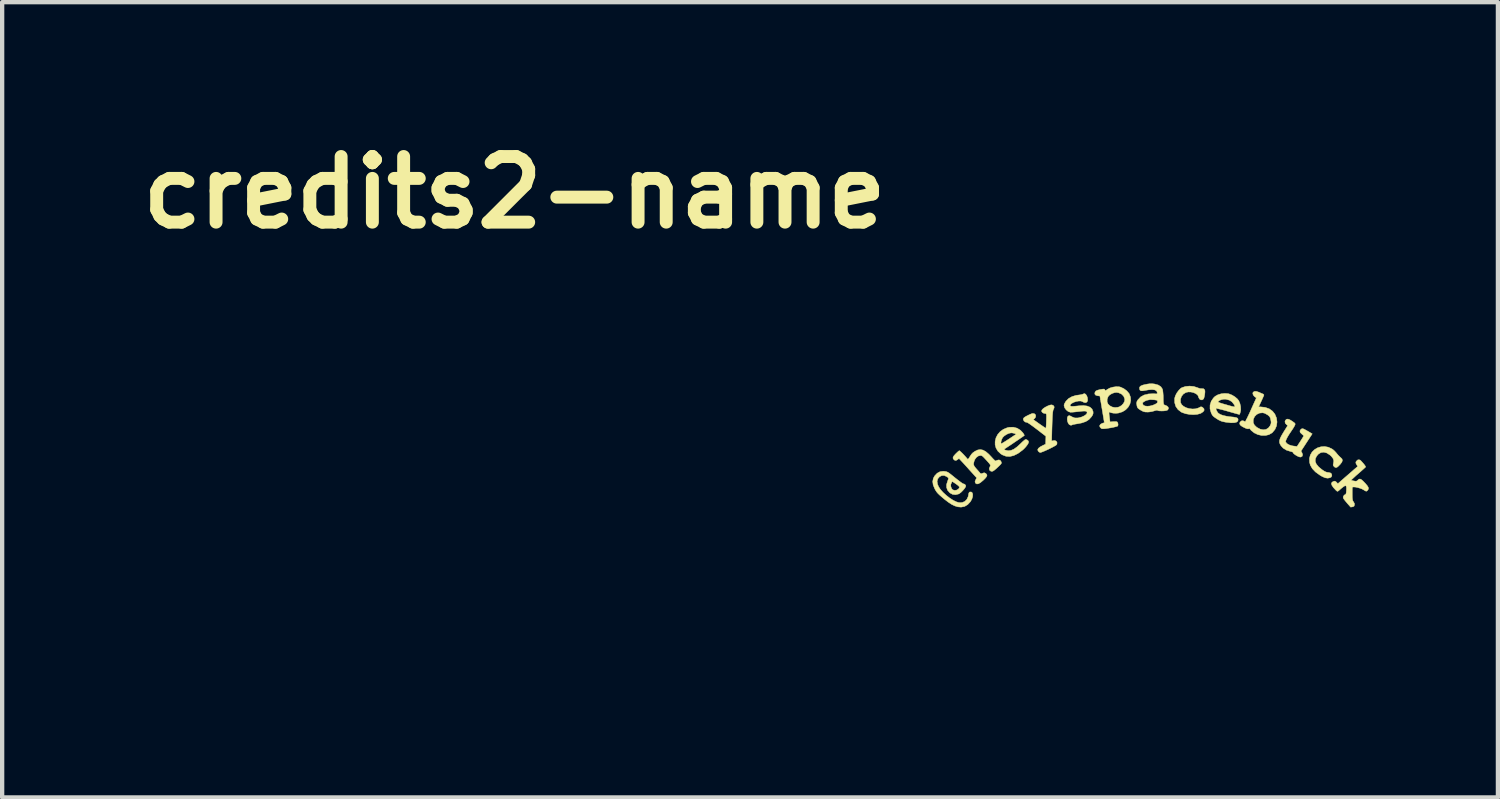
<source format=kicad_pcb>
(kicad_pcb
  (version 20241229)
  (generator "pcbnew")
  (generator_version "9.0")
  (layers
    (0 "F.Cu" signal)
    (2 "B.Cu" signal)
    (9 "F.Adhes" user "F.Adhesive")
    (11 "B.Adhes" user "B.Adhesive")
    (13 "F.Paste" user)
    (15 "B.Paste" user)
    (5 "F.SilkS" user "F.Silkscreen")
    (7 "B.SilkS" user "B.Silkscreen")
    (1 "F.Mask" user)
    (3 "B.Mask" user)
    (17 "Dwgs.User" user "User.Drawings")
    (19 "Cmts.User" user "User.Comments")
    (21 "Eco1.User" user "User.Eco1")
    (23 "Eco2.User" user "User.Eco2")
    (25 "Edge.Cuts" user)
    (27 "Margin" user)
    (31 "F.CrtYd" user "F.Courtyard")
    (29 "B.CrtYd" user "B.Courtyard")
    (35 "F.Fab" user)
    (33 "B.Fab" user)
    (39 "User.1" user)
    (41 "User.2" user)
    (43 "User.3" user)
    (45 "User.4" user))
  (footprint "credits2-name"
    (layer "F.Cu")
    (at 23.756 12.213)
    (property "Reference" "credits2-name" (at -14.859 -10.795 0) (layer "F.SilkS") (effects (font (size 1.524 1.524) (thickness 0.3))))
    (attr through_hole)
    (fp_poly (pts (xy 3.732 -4.308) (xy 3.66 -4.384) (xy 3.614 -4.465) (xy 3.596 -4.531) (xy 3.593 -4.62) (xy 3.614 -4.7) (xy 3.655 -4.77) (xy 3.713 -4.826) (xy 3.783 -4.867) (xy 3.862 -4.891) (xy 3.946 -4.897) (xy 4.032 -4.881) (xy 4.115 -4.842) (xy 4.14 -4.825) (xy 4.175 -4.794) (xy 4.214 -4.752) (xy 4.228 -4.734) (xy 4.264 -4.692) (xy 4.302 -4.654) (xy 4.316 -4.642) (xy 4.35 -4.608) (xy 4.359 -4.573) (xy 4.345 -4.533) (xy 4.307 -4.483) (xy 4.263 -4.438) (xy 4.231 -4.413) (xy 4.204 -4.408) (xy 4.179 -4.419) (xy 4.169 -4.428) (xy 4.147 -4.453) (xy 4.144 -4.482) (xy 4.15 -4.506) (xy 4.159 -4.564) (xy 4.143 -4.617) (xy 4.103 -4.67) (xy 4.068 -4.701) (xy 3.996 -4.747) (xy 3.926 -4.766) (xy 3.861 -4.757) (xy 3.802 -4.722) (xy 3.762 -4.676) (xy 3.732 -4.615) (xy 3.728 -4.553) (xy 3.752 -4.491) (xy 3.804 -4.427) (xy 3.883 -4.361) (xy 3.884 -4.36) (xy 3.935 -4.326) (xy 3.975 -4.306) (xy 4.012 -4.296) (xy 4.03 -4.295) (xy 4.081 -4.284) (xy 4.108 -4.26) (xy 4.114 -4.221) (xy 4.113 -4.218) (xy 4.101 -4.19) (xy 4.071 -4.172) (xy 4.018 -4.162) (xy 3.958 -4.171) (xy 3.887 -4.202) (xy 3.832 -4.235) (xy 3.732 -4.308)) (stroke (width 0.01) (type solid)) (fill yes) (layer "F.SilkS"))
    (fp_poly (pts (xy 0.542 -5.755) (xy 0.491 -5.827) (xy 0.465 -5.913) (xy 0.463 -6.008) (xy 0.464 -6.016) (xy 0.481 -6.075) (xy 0.514 -6.139) (xy 0.558 -6.199) (xy 0.604 -6.246) (xy 0.633 -6.264) (xy 0.716 -6.291) (xy 0.811 -6.3) (xy 0.907 -6.291) (xy 0.995 -6.263) (xy 1.004 -6.259) (xy 1.046 -6.244) (xy 1.084 -6.24) (xy 1.09 -6.241) (xy 1.133 -6.239) (xy 1.16 -6.215) (xy 1.168 -6.188) (xy 1.167 -6.146) (xy 1.161 -6.095) (xy 1.151 -6.046) (xy 1.14 -6.01) (xy 1.135 -6.002) (xy 1.106 -5.98) (xy 1.072 -5.98) (xy 1.041 -5.999) (xy 1.022 -6.034) (xy 1.019 -6.046) (xy 1.002 -6.087) (xy 0.962 -6.121) (xy 0.908 -6.147) (xy 0.845 -6.162) (xy 0.781 -6.164) (xy 0.726 -6.152) (xy 0.667 -6.116) (xy 0.623 -6.061) (xy 0.6 -5.994) (xy 0.601 -5.923) (xy 0.601 -5.919) (xy 0.625 -5.871) (xy 0.67 -5.83) (xy 0.731 -5.798) (xy 0.802 -5.777) (xy 0.877 -5.768) (xy 0.95 -5.772) (xy 1.016 -5.792) (xy 1.036 -5.802) (xy 1.071 -5.819) (xy 1.098 -5.815) (xy 1.113 -5.806) (xy 1.145 -5.773) (xy 1.149 -5.738) (xy 1.126 -5.704) (xy 1.076 -5.671) (xy 1.06 -5.663) (xy 0.99 -5.644) (xy 0.905 -5.637) (xy 0.812 -5.642) (xy 0.721 -5.658) (xy 0.642 -5.685) (xy 0.615 -5.698) (xy 0.542 -5.755)) (stroke (width 0.01) (type solid)) (fill yes) (layer "F.SilkS"))
    (fp_poly (pts (xy -3.639 -4.789) (xy -3.683 -4.862) (xy -3.704 -4.94) (xy -3.703 -5.021) (xy -3.683 -5.101) (xy -3.644 -5.176) (xy -3.587 -5.242) (xy -3.514 -5.295) (xy -3.426 -5.332) (xy -3.379 -5.343) (xy -3.283 -5.346) (xy -3.194 -5.323) (xy -3.115 -5.274) (xy -3.061 -5.218) (xy -3.038 -5.184) (xy -3.026 -5.16) (xy -3.026 -5.153) (xy -3.039 -5.143) (xy -3.071 -5.12) (xy -3.098 -5.102) (xy -3.214 -5.184) (xy -3.25 -5.199) (xy -3.292 -5.21) (xy -3.329 -5.214) (xy -3.382 -5.204) (xy -3.441 -5.177) (xy -3.494 -5.141) (xy -3.528 -5.106) (xy -3.548 -5.069) (xy -3.562 -5.028) (xy -3.569 -4.99) (xy -3.566 -4.966) (xy -3.564 -4.963) (xy -3.55 -4.968) (xy -3.517 -4.986) (xy -3.469 -5.016) (xy -3.411 -5.053) (xy -3.384 -5.07) (xy -3.214 -5.184) (xy -3.098 -5.102) (xy -3.118 -5.088) (xy -3.175 -5.049) (xy -3.239 -5.006) (xy -3.304 -4.961) (xy -3.367 -4.919) (xy -3.423 -4.882) (xy -3.469 -4.852) (xy -3.481 -4.844) (xy -3.495 -4.832) (xy -3.487 -4.822) (xy -3.467 -4.814) (xy -3.402 -4.799) (xy -3.337 -4.806) (xy -3.267 -4.836) (xy -3.191 -4.891) (xy -3.116 -4.96) (xy -3.073 -5.002) (xy -3.035 -5.035) (xy -3.008 -5.056) (xy -3.001 -5.06) (xy -2.97 -5.056) (xy -2.94 -5.035) (xy -2.925 -5.007) (xy -2.932 -4.977) (xy -2.956 -4.936) (xy -2.993 -4.888) (xy -3.039 -4.839) (xy -3.071 -4.811) (xy -3.174 -4.735) (xy -3.272 -4.687) (xy -3.364 -4.665) (xy -3.451 -4.671) (xy -3.535 -4.703) (xy -3.573 -4.727) (xy -3.639 -4.789)) (stroke (width 0.01) (type solid)) (fill yes) (layer "F.SilkS"))
    (fp_poly (pts (xy 2.934 -4.914) (xy 2.909 -4.957) (xy 2.897 -4.997) (xy 2.899 -5.04) (xy 2.915 -5.089) (xy 2.946 -5.151) (xy 2.991 -5.227) (xy 3.027 -5.285) (xy 3.057 -5.333) (xy 3.078 -5.367) (xy 3.087 -5.382) (xy 3.087 -5.382) (xy 3.079 -5.392) (xy 3.065 -5.402) (xy 3.032 -5.438) (xy 3.025 -5.478) (xy 3.038 -5.509) (xy 3.063 -5.531) (xy 3.095 -5.534) (xy 3.138 -5.518) (xy 3.196 -5.482) (xy 3.204 -5.476) (xy 3.242 -5.449) (xy 3.26 -5.43) (xy 3.262 -5.413) (xy 3.254 -5.39) (xy 3.253 -5.388) (xy 3.236 -5.356) (xy 3.208 -5.31) (xy 3.175 -5.261) (xy 3.173 -5.258) (xy 3.12 -5.179) (xy 3.079 -5.11) (xy 3.052 -5.054) (xy 3.041 -5.016) (xy 3.042 -5.002) (xy 3.07 -4.966) (xy 3.12 -4.936) (xy 3.185 -4.915) (xy 3.219 -4.909) (xy 3.305 -4.898) (xy 3.381 -5.014) (xy 3.414 -5.065) (xy 3.44 -5.107) (xy 3.456 -5.135) (xy 3.459 -5.143) (xy 3.449 -5.158) (xy 3.424 -5.181) (xy 3.416 -5.187) (xy 3.38 -5.222) (xy 3.372 -5.258) (xy 3.39 -5.291) (xy 3.395 -5.295) (xy 3.413 -5.308) (xy 3.431 -5.312) (xy 3.456 -5.306) (xy 3.492 -5.288) (xy 3.546 -5.258) (xy 3.56 -5.25) (xy 3.658 -5.192) (xy 3.528 -4.992) (xy 3.398 -4.792) (xy 3.422 -4.749) (xy 3.435 -4.706) (xy 3.426 -4.672) (xy 3.397 -4.654) (xy 3.378 -4.652) (xy 3.349 -4.659) (xy 3.312 -4.676) (xy 3.272 -4.699) (xy 3.238 -4.724) (xy 3.217 -4.745) (xy 3.213 -4.758) (xy 3.206 -4.767) (xy 3.178 -4.777) (xy 3.157 -4.782) (xy 3.059 -4.813) (xy 2.983 -4.86) (xy 2.934 -4.914)) (stroke (width 0.01) (type solid)) (fill yes) (layer "F.SilkS"))
    (fp_poly (pts (xy -2.007 -5.439) (xy -2.023 -5.481) (xy -2.03 -5.526) (xy -2.027 -5.568) (xy -2.014 -5.599) (xy -1.99 -5.614) (xy -1.982 -5.614) (xy -1.957 -5.606) (xy -1.922 -5.588) (xy -1.917 -5.584) (xy -1.853 -5.56) (xy -1.776 -5.561) (xy -1.695 -5.582) (xy -1.636 -5.609) (xy -1.593 -5.639) (xy -1.57 -5.669) (xy -1.57 -5.696) (xy -1.571 -5.698) (xy -1.584 -5.711) (xy -1.604 -5.718) (xy -1.638 -5.72) (xy -1.688 -5.717) (xy -1.76 -5.709) (xy -1.79 -5.706) (xy -1.853 -5.699) (xy -1.908 -5.694) (xy -1.947 -5.693) (xy -1.959 -5.693) (xy -2.009 -5.711) (xy -2.054 -5.748) (xy -2.088 -5.794) (xy -2.103 -5.844) (xy -2.103 -5.862) (xy -2.093 -5.892) (xy -2.071 -5.931) (xy -2.059 -5.949) (xy -1.999 -6.01) (xy -1.918 -6.056) (xy -1.822 -6.085) (xy -1.775 -6.091) (xy -1.723 -6.098) (xy -1.68 -6.108) (xy -1.655 -6.118) (xy -1.628 -6.126) (xy -1.6 -6.11) (xy -1.576 -6.074) (xy -1.56 -6.029) (xy -1.555 -5.972) (xy -1.569 -5.933) (xy -1.598 -5.915) (xy -1.639 -5.92) (xy -1.677 -5.94) (xy -1.713 -5.953) (xy -1.763 -5.953) (xy -1.82 -5.943) (xy -1.875 -5.925) (xy -1.922 -5.901) (xy -1.954 -5.874) (xy -1.964 -5.851) (xy -1.957 -5.837) (xy -1.931 -5.83) (xy -1.884 -5.83) (xy -1.813 -5.836) (xy -1.766 -5.841) (xy -1.657 -5.848) (xy -1.568 -5.837) (xy -1.5 -5.81) (xy -1.454 -5.767) (xy -1.43 -5.708) (xy -1.429 -5.699) (xy -1.429 -5.664) (xy -1.44 -5.63) (xy -1.468 -5.586) (xy -1.469 -5.585) (xy -1.526 -5.523) (xy -1.598 -5.477) (xy -1.691 -5.445) (xy -1.781 -5.427) (xy -1.838 -5.418) (xy -1.883 -5.409) (xy -1.909 -5.402) (xy -1.914 -5.399) (xy -1.932 -5.392) (xy -1.953 -5.392) (xy -1.984 -5.407) (xy -2.007 -5.439)) (stroke (width 0.01) (type solid)) (fill yes) (layer "F.SilkS"))
    (fp_poly (pts (xy 1.993 -5.39) (xy 1.973 -5.422) (xy 1.978 -5.454) (xy 1.987 -5.469) (xy 2.018 -5.494) (xy 2.055 -5.495) (xy 2.071 -5.487) (xy 2.095 -5.477) (xy 2.104 -5.478) (xy 2.114 -5.492) (xy 2.133 -5.528) (xy 2.159 -5.582) (xy 2.192 -5.651) (xy 2.228 -5.729) (xy 2.239 -5.755) (xy 2.361 -6.026) (xy 2.323 -6.053) (xy 2.294 -6.084) (xy 2.279 -6.119) (xy 2.282 -6.15) (xy 2.283 -6.153) (xy 2.313 -6.176) (xy 2.357 -6.178) (xy 2.416 -6.159) (xy 2.421 -6.157) (xy 2.466 -6.137) (xy 2.503 -6.121) (xy 2.519 -6.115) (xy 2.535 -6.099) (xy 2.536 -6.088) (xy 2.528 -6.068) (xy 2.511 -6.029) (xy 2.488 -5.977) (xy 2.472 -5.943) (xy 2.414 -5.817) (xy 2.462 -5.817) (xy 2.568 -5.805) (xy 2.66 -5.772) (xy 2.736 -5.718) (xy 2.791 -5.649) (xy 2.829 -5.558) (xy 2.841 -5.466) (xy 2.829 -5.376) (xy 2.795 -5.298) (xy 2.681 -5.38) (xy 2.699 -5.422) (xy 2.704 -5.463) (xy 2.696 -5.513) (xy 2.685 -5.56) (xy 2.668 -5.592) (xy 2.64 -5.618) (xy 2.62 -5.633) (xy 2.553 -5.67) (xy 2.506 -5.68) (xy 2.433 -5.673) (xy 2.369 -5.642) (xy 2.32 -5.592) (xy 2.291 -5.527) (xy 2.289 -5.515) (xy 2.289 -5.452) (xy 2.315 -5.396) (xy 2.368 -5.345) (xy 2.375 -5.34) (xy 2.45 -5.3) (xy 2.521 -5.285) (xy 2.586 -5.294) (xy 2.642 -5.329) (xy 2.681 -5.38) (xy 2.795 -5.298) (xy 2.793 -5.293) (xy 2.734 -5.222) (xy 2.723 -5.213) (xy 2.652 -5.172) (xy 2.57 -5.153) (xy 2.483 -5.154) (xy 2.395 -5.174) (xy 2.314 -5.212) (xy 2.244 -5.267) (xy 2.226 -5.289) (xy 2.204 -5.313) (xy 2.19 -5.315) (xy 2.185 -5.31) (xy 2.166 -5.306) (xy 2.129 -5.315) (xy 2.107 -5.324) (xy 2.037 -5.358) (xy 1.993 -5.39)) (stroke (width 0.01) (type solid)) (fill yes) (layer "F.SilkS"))
    (fp_poly (pts (xy 1.36 -5.601) (xy 1.338 -5.627) (xy 1.32 -5.661) (xy 1.311 -5.682) (xy 1.285 -5.771) (xy 1.286 -5.86) (xy 1.313 -5.946) (xy 1.363 -6.022) (xy 1.404 -6.062) (xy 1.466 -6.097) (xy 1.544 -6.121) (xy 1.628 -6.13) (xy 1.707 -6.124) (xy 1.729 -6.118) (xy 1.796 -6.091) (xy 1.862 -6.051) (xy 1.918 -6.004) (xy 1.951 -5.963) (xy 1.979 -5.898) (xy 1.996 -5.822) (xy 1.999 -5.747) (xy 1.996 -5.732) (xy 1.864 -5.826) (xy 1.861 -5.84) (xy 1.849 -5.863) (xy 1.842 -5.875) (xy 1.796 -5.934) (xy 1.735 -5.973) (xy 1.653 -5.995) (xy 1.651 -5.995) (xy 1.599 -5.995) (xy 1.544 -5.983) (xy 1.498 -5.963) (xy 1.474 -5.942) (xy 1.473 -5.933) (xy 1.485 -5.923) (xy 1.514 -5.911) (xy 1.563 -5.895) (xy 1.635 -5.874) (xy 1.643 -5.872) (xy 1.729 -5.847) (xy 1.791 -5.83) (xy 1.832 -5.821) (xy 1.855 -5.82) (xy 1.864 -5.826) (xy 1.996 -5.732) (xy 1.992 -5.706) (xy 1.981 -5.668) (xy 1.972 -5.644) (xy 1.968 -5.641) (xy 1.953 -5.644) (xy 1.915 -5.654) (xy 1.858 -5.67) (xy 1.787 -5.69) (xy 1.706 -5.713) (xy 1.697 -5.716) (xy 1.615 -5.739) (xy 1.543 -5.758) (xy 1.484 -5.772) (xy 1.443 -5.781) (xy 1.425 -5.783) (xy 1.424 -5.782) (xy 1.424 -5.766) (xy 1.436 -5.734) (xy 1.444 -5.719) (xy 1.465 -5.685) (xy 1.488 -5.663) (xy 1.524 -5.643) (xy 1.546 -5.633) (xy 1.595 -5.617) (xy 1.661 -5.602) (xy 1.735 -5.59) (xy 1.76 -5.587) (xy 1.833 -5.58) (xy 1.882 -5.571) (xy 1.913 -5.562) (xy 1.929 -5.549) (xy 1.937 -5.53) (xy 1.937 -5.527) (xy 1.932 -5.489) (xy 1.902 -5.463) (xy 1.847 -5.449) (xy 1.768 -5.448) (xy 1.665 -5.46) (xy 1.653 -5.461) (xy 1.586 -5.474) (xy 1.535 -5.49) (xy 1.486 -5.514) (xy 1.441 -5.542) (xy 1.392 -5.575) (xy 1.36 -5.601)) (stroke (width 0.01) (type solid)) (fill yes) (layer "F.SilkS"))
    (fp_poly (pts (xy -2.704 -4.79) (xy -2.716 -4.821) (xy -2.7 -4.855) (xy -2.655 -4.89) (xy -2.607 -4.916) (xy -2.532 -4.952) (xy -2.528 -5.044) (xy -2.525 -5.135) (xy -2.737 -5.299) (xy -2.826 -5.366) (xy -2.894 -5.415) (xy -2.941 -5.446) (xy -2.967 -5.458) (xy -2.97 -5.459) (xy -3.004 -5.465) (xy -3.034 -5.49) (xy -3.049 -5.522) (xy -3.05 -5.534) (xy -3.043 -5.555) (xy -3.025 -5.573) (xy -2.991 -5.595) (xy -2.958 -5.612) (xy -2.909 -5.636) (xy -2.866 -5.655) (xy -2.839 -5.664) (xy -2.799 -5.662) (xy -2.771 -5.641) (xy -2.76 -5.609) (xy -2.769 -5.572) (xy -2.786 -5.55) (xy -2.817 -5.522) (xy -2.672 -5.419) (xy -2.617 -5.381) (xy -2.571 -5.35) (xy -2.539 -5.329) (xy -2.524 -5.322) (xy -2.524 -5.322) (xy -2.522 -5.338) (xy -2.519 -5.376) (xy -2.516 -5.431) (xy -2.514 -5.497) (xy -2.514 -5.497) (xy -2.512 -5.569) (xy -2.512 -5.617) (xy -2.515 -5.645) (xy -2.522 -5.659) (xy -2.533 -5.664) (xy -2.542 -5.663) (xy -2.578 -5.67) (xy -2.605 -5.686) (xy -2.624 -5.712) (xy -2.62 -5.74) (xy -2.616 -5.746) (xy -2.589 -5.776) (xy -2.541 -5.809) (xy -2.48 -5.84) (xy -2.432 -5.859) (xy -2.387 -5.864) (xy -2.351 -5.849) (xy -2.332 -5.817) (xy -2.332 -5.815) (xy -2.337 -5.786) (xy -2.35 -5.759) (xy -2.359 -5.734) (xy -2.367 -5.683) (xy -2.373 -5.607) (xy -2.378 -5.503) (xy -2.382 -5.382) (xy -2.385 -5.286) (xy -2.387 -5.2) (xy -2.389 -5.127) (xy -2.39 -5.072) (xy -2.391 -5.038) (xy -2.391 -5.029) (xy -2.379 -5.027) (xy -2.355 -5.034) (xy -2.315 -5.036) (xy -2.283 -5.019) (xy -2.266 -4.989) (xy -2.269 -4.954) (xy -2.277 -4.939) (xy -2.296 -4.923) (xy -2.335 -4.901) (xy -2.387 -4.873) (xy -2.447 -4.843) (xy -2.509 -4.814) (xy -2.568 -4.788) (xy -2.616 -4.769) (xy -2.65 -4.758) (xy -2.66 -4.757) (xy -2.684 -4.771) (xy -2.704 -4.79)) (stroke (width 0.01) (type solid)) (fill yes) (layer "F.SilkS"))
    (fp_poly (pts (xy -1.272 -5.352) (xy -1.276 -5.386) (xy -1.254 -5.416) (xy -1.211 -5.438) (xy -1.168 -5.45) (xy -1.272 -6.07) (xy -1.324 -6.075) (xy -1.369 -6.089) (xy -1.39 -6.116) (xy -1.386 -6.154) (xy -1.379 -6.168) (xy -1.362 -6.188) (xy -1.33 -6.203) (xy -1.279 -6.217) (xy -1.261 -6.22) (xy -1.209 -6.229) (xy -1.177 -6.231) (xy -1.161 -6.224) (xy -1.155 -6.212) (xy -1.147 -6.197) (xy -1.133 -6.199) (xy -1.104 -6.218) (xy -1.097 -6.224) (xy -1.042 -6.254) (xy -0.972 -6.275) (xy -0.896 -6.286) (xy -0.826 -6.284) (xy -0.792 -6.276) (xy -0.715 -6.24) (xy -0.647 -6.189) (xy -0.597 -6.131) (xy -0.591 -6.122) (xy -0.561 -6.043) (xy -0.556 -5.962) (xy -0.574 -5.884) (xy -0.612 -5.816) (xy -0.725 -5.897) (xy -0.699 -5.947) (xy -0.693 -5.996) (xy -0.694 -6) (xy -0.72 -6.065) (xy -0.768 -6.114) (xy -0.834 -6.144) (xy -0.885 -6.153) (xy -0.934 -6.147) (xy -0.991 -6.127) (xy -1.041 -6.097) (xy -1.073 -6.067) (xy -1.088 -6.036) (xy -1.102 -5.995) (xy -1.103 -5.989) (xy -1.103 -5.932) (xy -1.081 -5.882) (xy -1.039 -5.842) (xy -0.985 -5.814) (xy -0.921 -5.802) (xy -0.854 -5.808) (xy -0.817 -5.82) (xy -0.766 -5.852) (xy -0.725 -5.897) (xy -0.612 -5.816) (xy -0.614 -5.812) (xy -0.672 -5.751) (xy -0.748 -5.703) (xy -0.838 -5.675) (xy -0.838 -5.674) (xy -0.896 -5.669) (xy -0.955 -5.671) (xy -1.007 -5.68) (xy -1.037 -5.692) (xy -1.05 -5.699) (xy -1.057 -5.693) (xy -1.059 -5.67) (xy -1.056 -5.627) (xy -1.049 -5.574) (xy -1.036 -5.468) (xy -0.962 -5.475) (xy -0.916 -5.476) (xy -0.882 -5.473) (xy -0.871 -5.469) (xy -0.855 -5.445) (xy -0.849 -5.409) (xy -0.854 -5.378) (xy -0.857 -5.373) (xy -0.874 -5.365) (xy -0.913 -5.354) (xy -0.969 -5.341) (xy -1.036 -5.328) (xy -1.04 -5.328) (xy -1.12 -5.315) (xy -1.177 -5.309) (xy -1.215 -5.309) (xy -1.239 -5.316) (xy -1.242 -5.318) (xy -1.272 -5.352)) (stroke (width 0.01) (type solid)) (fill yes) (layer "F.SilkS"))
    (fp_poly (pts (xy -0.392 -5.792) (xy -0.405 -5.816) (xy -0.413 -5.852) (xy -0.414 -5.86) (xy -0.419 -5.907) (xy -0.412 -5.941) (xy -0.39 -5.979) (xy -0.385 -5.985) (xy -0.325 -6.048) (xy -0.246 -6.092) (xy -0.149 -6.117) (xy -0.031 -6.123) (xy 0.033 -6.119) (xy 0.056 -6.121) (xy 0.061 -6.139) (xy 0.061 -6.146) (xy 0.046 -6.186) (xy 0.007 -6.21) (xy -0.056 -6.219) (xy -0.141 -6.213) (xy -0.207 -6.202) (xy -0.271 -6.191) (xy -0.313 -6.191) (xy -0.338 -6.202) (xy -0.35 -6.227) (xy -0.352 -6.237) (xy -0.35 -6.274) (xy -0.326 -6.301) (xy -0.278 -6.322) (xy -0.248 -6.33) (xy -0.172 -6.346) (xy -0.113 -6.354) (xy -0.062 -6.355) (xy -0.01 -6.349) (xy 0.003 -6.347) (xy 0.085 -6.324) (xy 0.145 -6.284) (xy 0.18 -6.231) (xy 0.188 -6.198) (xy 0.194 -6.145) (xy 0.199 -6.08) (xy 0.2 -6.028) (xy 0.201 -5.95) (xy 0.206 -5.899) (xy 0.214 -5.871) (xy 0.222 -5.864) (xy 0.25 -5.854) (xy 0.284 -5.838) (xy 0.314 -5.811) (xy 0.321 -5.778) (xy 0.305 -5.749) (xy 0.299 -5.744) (xy 0.062 -5.913) (xy 0.066 -5.932) (xy 0.066 -5.936) (xy 0.064 -5.956) (xy 0.056 -5.968) (xy 0.036 -5.974) (xy -0.004 -5.98) (xy -0.006 -5.981) (xy -0.104 -5.986) (xy -0.187 -5.969) (xy -0.229 -5.949) (xy -0.263 -5.928) (xy -0.278 -5.912) (xy -0.28 -5.893) (xy -0.279 -5.886) (xy -0.261 -5.856) (xy -0.223 -5.838) (xy -0.169 -5.832) (xy -0.107 -5.838) (xy -0.04 -5.856) (xy 0.005 -5.875) (xy 0.043 -5.896) (xy 0.062 -5.913) (xy 0.299 -5.744) (xy 0.289 -5.738) (xy 0.26 -5.73) (xy 0.218 -5.724) (xy 0.17 -5.722) (xy 0.124 -5.723) (xy 0.088 -5.727) (xy 0.07 -5.734) (xy 0.069 -5.736) (xy 0.058 -5.74) (xy 0.028 -5.735) (xy -0.006 -5.725) (xy -0.067 -5.708) (xy -0.135 -5.698) (xy -0.167 -5.697) (xy -0.222 -5.699) (xy -0.267 -5.711) (xy -0.316 -5.737) (xy -0.327 -5.743) (xy -0.368 -5.77) (xy -0.392 -5.792)) (stroke (width 0.01) (type solid)) (fill yes) (layer "F.SilkS"))
    (fp_poly (pts (xy 4.467 -3.584) (xy 4.429 -3.63) (xy 4.398 -3.67) (xy 4.38 -3.698) (xy 4.377 -3.704) (xy 4.38 -3.738) (xy 4.401 -3.769) (xy 4.427 -3.783) (xy 4.44 -3.795) (xy 4.448 -3.828) (xy 4.452 -3.883) (xy 4.453 -3.936) (xy 4.448 -3.971) (xy 4.436 -3.987) (xy 4.413 -3.983) (xy 4.378 -3.961) (xy 4.326 -3.919) (xy 4.275 -3.874) (xy 4.253 -3.858) (xy 4.235 -3.859) (xy 4.21 -3.88) (xy 4.206 -3.884) (xy 4.148 -3.947) (xy 4.114 -3.998) (xy 4.103 -4.038) (xy 4.117 -4.067) (xy 4.148 -4.086) (xy 4.18 -4.094) (xy 4.205 -4.083) (xy 4.221 -4.068) (xy 4.253 -4.034) (xy 4.425 -4.185) (xy 4.489 -4.24) (xy 4.55 -4.293) (xy 4.603 -4.339) (xy 4.642 -4.374) (xy 4.656 -4.385) (xy 4.714 -4.435) (xy 4.687 -4.479) (xy 4.67 -4.514) (xy 4.673 -4.54) (xy 4.684 -4.558) (xy 4.715 -4.586) (xy 4.739 -4.589) (xy 4.756 -4.587) (xy 4.769 -4.582) (xy 4.784 -4.57) (xy 4.806 -4.547) (xy 4.84 -4.508) (xy 4.847 -4.501) (xy 4.876 -4.464) (xy 4.895 -4.435) (xy 4.898 -4.421) (xy 4.885 -4.409) (xy 4.855 -4.381) (xy 4.811 -4.342) (xy 4.757 -4.294) (xy 4.726 -4.267) (xy 4.669 -4.218) (xy 4.622 -4.174) (xy 4.586 -4.141) (xy 4.566 -4.121) (xy 4.563 -4.117) (xy 4.576 -4.11) (xy 4.608 -4.101) (xy 4.627 -4.097) (xy 4.67 -4.091) (xy 4.697 -4.098) (xy 4.721 -4.12) (xy 4.744 -4.139) (xy 4.769 -4.143) (xy 4.799 -4.129) (xy 4.838 -4.095) (xy 4.89 -4.041) (xy 4.893 -4.038) (xy 4.936 -3.987) (xy 4.959 -3.949) (xy 4.964 -3.919) (xy 4.953 -3.892) (xy 4.942 -3.878) (xy 4.924 -3.862) (xy 4.906 -3.86) (xy 4.88 -3.872) (xy 4.856 -3.888) (xy 4.816 -3.91) (xy 4.766 -3.929) (xy 4.712 -3.944) (xy 4.661 -3.955) (xy 4.619 -3.958) (xy 4.594 -3.954) (xy 4.589 -3.947) (xy 4.588 -3.925) (xy 4.587 -3.881) (xy 4.587 -3.824) (xy 4.587 -3.786) (xy 4.588 -3.715) (xy 4.593 -3.667) (xy 4.602 -3.634) (xy 4.616 -3.613) (xy 4.639 -3.572) (xy 4.639 -3.542) (xy 4.629 -3.513) (xy 4.607 -3.5) (xy 4.591 -3.496) (xy 4.55 -3.49) (xy 4.467 -3.584)) (stroke (width 0.01) (type solid)) (fill yes) (layer "F.SilkS"))
    (fp_poly (pts (xy -4.883 -3.676) (xy -4.928 -3.714) (xy -4.987 -3.765) (xy -5.029 -3.805) (xy -5.059 -3.84) (xy -5.084 -3.877) (xy -5.105 -3.915) (xy -5.142 -4.005) (xy -5.153 -4.085) (xy -5.138 -4.159) (xy -5.108 -4.214) (xy -5.049 -4.277) (xy -4.982 -4.313) (xy -4.906 -4.323) (xy -4.878 -4.32) (xy -4.85 -4.316) (xy -4.826 -4.31) (xy -4.802 -4.299) (xy -4.774 -4.282) (xy -4.737 -4.254) (xy -4.687 -4.214) (xy -4.632 -4.169) (xy -4.572 -4.122) (xy -4.519 -4.081) (xy -4.477 -4.051) (xy -4.45 -4.034) (xy -4.442 -4.031) (xy -4.41 -4.022) (xy -4.388 -3.996) (xy -4.384 -3.981) (xy -4.393 -3.955) (xy -4.418 -3.917) (xy -4.453 -3.876) (xy -4.466 -3.863) (xy -4.547 -3.92) (xy -4.535 -3.941) (xy -4.534 -3.959) (xy -4.549 -3.979) (xy -4.581 -4.006) (xy -4.619 -4.033) (xy -4.663 -4.063) (xy -4.69 -4.079) (xy -4.704 -4.08) (xy -4.71 -4.071) (xy -4.71 -4.07) (xy -4.721 -4.041) (xy -4.727 -4.033) (xy -4.735 -4.001) (xy -4.729 -3.959) (xy -4.712 -3.918) (xy -4.69 -3.893) (xy -4.648 -3.879) (xy -4.601 -3.884) (xy -4.56 -3.906) (xy -4.547 -3.92) (xy -4.466 -3.863) (xy -4.493 -3.836) (xy -4.531 -3.806) (xy -4.552 -3.795) (xy -4.624 -3.778) (xy -4.693 -3.787) (xy -4.755 -3.821) (xy -4.804 -3.877) (xy -4.809 -3.884) (xy -4.831 -3.949) (xy -4.829 -4.021) (xy -4.806 -4.095) (xy -4.791 -4.136) (xy -4.787 -4.16) (xy -4.798 -4.177) (xy -4.822 -4.195) (xy -4.881 -4.223) (xy -4.939 -4.224) (xy -4.994 -4.196) (xy -5.035 -4.148) (xy -5.051 -4.09) (xy -5.04 -4.021) (xy -5.016 -3.964) (xy -4.973 -3.899) (xy -4.912 -3.831) (xy -4.839 -3.764) (xy -4.76 -3.702) (xy -4.68 -3.65) (xy -4.605 -3.613) (xy -4.541 -3.594) (xy -4.47 -3.596) (xy -4.408 -3.622) (xy -4.36 -3.67) (xy -4.329 -3.737) (xy -4.322 -3.775) (xy -4.314 -3.816) (xy -4.301 -3.837) (xy -4.289 -3.842) (xy -4.254 -3.841) (xy -4.232 -3.819) (xy -4.223 -3.782) (xy -4.226 -3.734) (xy -4.243 -3.679) (xy -4.273 -3.624) (xy -4.277 -3.617) (xy -4.341 -3.548) (xy -4.413 -3.505) (xy -4.494 -3.49) (xy -4.571 -3.497) (xy -4.639 -3.518) (xy -4.712 -3.553) (xy -4.791 -3.605) (xy -4.883 -3.676)) (stroke (width 0.01) (type solid)) (fill yes) (layer "F.SilkS"))
    (fp_poly (pts (xy -4.163 -4.053) (xy -4.171 -4.081) (xy -4.159 -4.117) (xy -4.155 -4.124) (xy -4.139 -4.154) (xy -4.133 -4.171) (xy -4.134 -4.173) (xy -4.145 -4.184) (xy -4.171 -4.213) (xy -4.211 -4.257) (xy -4.261 -4.312) (xy -4.319 -4.376) (xy -4.338 -4.398) (xy -4.397 -4.463) (xy -4.45 -4.521) (xy -4.493 -4.567) (xy -4.524 -4.6) (xy -4.54 -4.616) (xy -4.542 -4.617) (xy -4.556 -4.608) (xy -4.582 -4.589) (xy -4.583 -4.588) (xy -4.614 -4.572) (xy -4.641 -4.578) (xy -4.652 -4.585) (xy -4.677 -4.611) (xy -4.682 -4.639) (xy -4.666 -4.674) (xy -4.626 -4.72) (xy -4.614 -4.732) (xy -4.578 -4.767) (xy -4.55 -4.791) (xy -4.535 -4.801) (xy -4.522 -4.792) (xy -4.495 -4.768) (xy -4.459 -4.733) (xy -4.42 -4.692) (xy -4.383 -4.651) (xy -4.352 -4.615) (xy -4.347 -4.609) (xy -4.338 -4.602) (xy -4.326 -4.608) (xy -4.308 -4.633) (xy -4.287 -4.667) (xy -4.253 -4.718) (xy -4.218 -4.754) (xy -4.172 -4.786) (xy -4.107 -4.817) (xy -4.046 -4.826) (xy -3.985 -4.814) (xy -3.921 -4.779) (xy -3.851 -4.719) (xy -3.795 -4.66) (xy -3.756 -4.617) (xy -3.722 -4.583) (xy -3.7 -4.564) (xy -3.695 -4.561) (xy -3.676 -4.568) (xy -3.653 -4.579) (xy -3.613 -4.587) (xy -3.579 -4.57) (xy -3.561 -4.538) (xy -3.556 -4.519) (xy -3.561 -4.502) (xy -3.579 -4.479) (xy -3.613 -4.445) (xy -3.616 -4.442) (xy -3.675 -4.387) (xy -3.718 -4.35) (xy -3.75 -4.328) (xy -3.775 -4.32) (xy -3.796 -4.321) (xy -3.801 -4.323) (xy -3.833 -4.347) (xy -3.841 -4.384) (xy -3.825 -4.426) (xy -3.816 -4.444) (xy -3.813 -4.459) (xy -3.82 -4.478) (xy -3.839 -4.504) (xy -3.873 -4.543) (xy -3.903 -4.576) (xy -3.949 -4.626) (xy -3.981 -4.659) (xy -4.004 -4.678) (xy -4.023 -4.686) (xy -4.042 -4.689) (xy -4.043 -4.689) (xy -4.092 -4.678) (xy -4.139 -4.645) (xy -4.175 -4.595) (xy -4.192 -4.551) (xy -4.202 -4.508) (xy -4.202 -4.475) (xy -4.19 -4.444) (xy -4.163 -4.407) (xy -4.13 -4.369) (xy -4.094 -4.329) (xy -4.065 -4.295) (xy -4.048 -4.275) (xy -4.048 -4.275) (xy -4.025 -4.265) (xy -3.995 -4.276) (xy -3.958 -4.288) (xy -3.925 -4.275) (xy -3.923 -4.274) (xy -3.899 -4.25) (xy -3.892 -4.225) (xy -3.905 -4.194) (xy -3.938 -4.154) (xy -3.981 -4.112) (xy -4.042 -4.061) (xy -4.09 -4.033) (xy -4.127 -4.027) (xy -4.155 -4.043) (xy -4.163 -4.053)) (stroke (width 0.01) (type solid)) (fill yes) (layer "F.SilkS")))
  (gr_rect
    (start -3 -3)
    (end 31.725 15.463)
    (stroke (width 0.1) (type default))
    (fill no)
    (layer "Edge.Cuts")))
</source>
